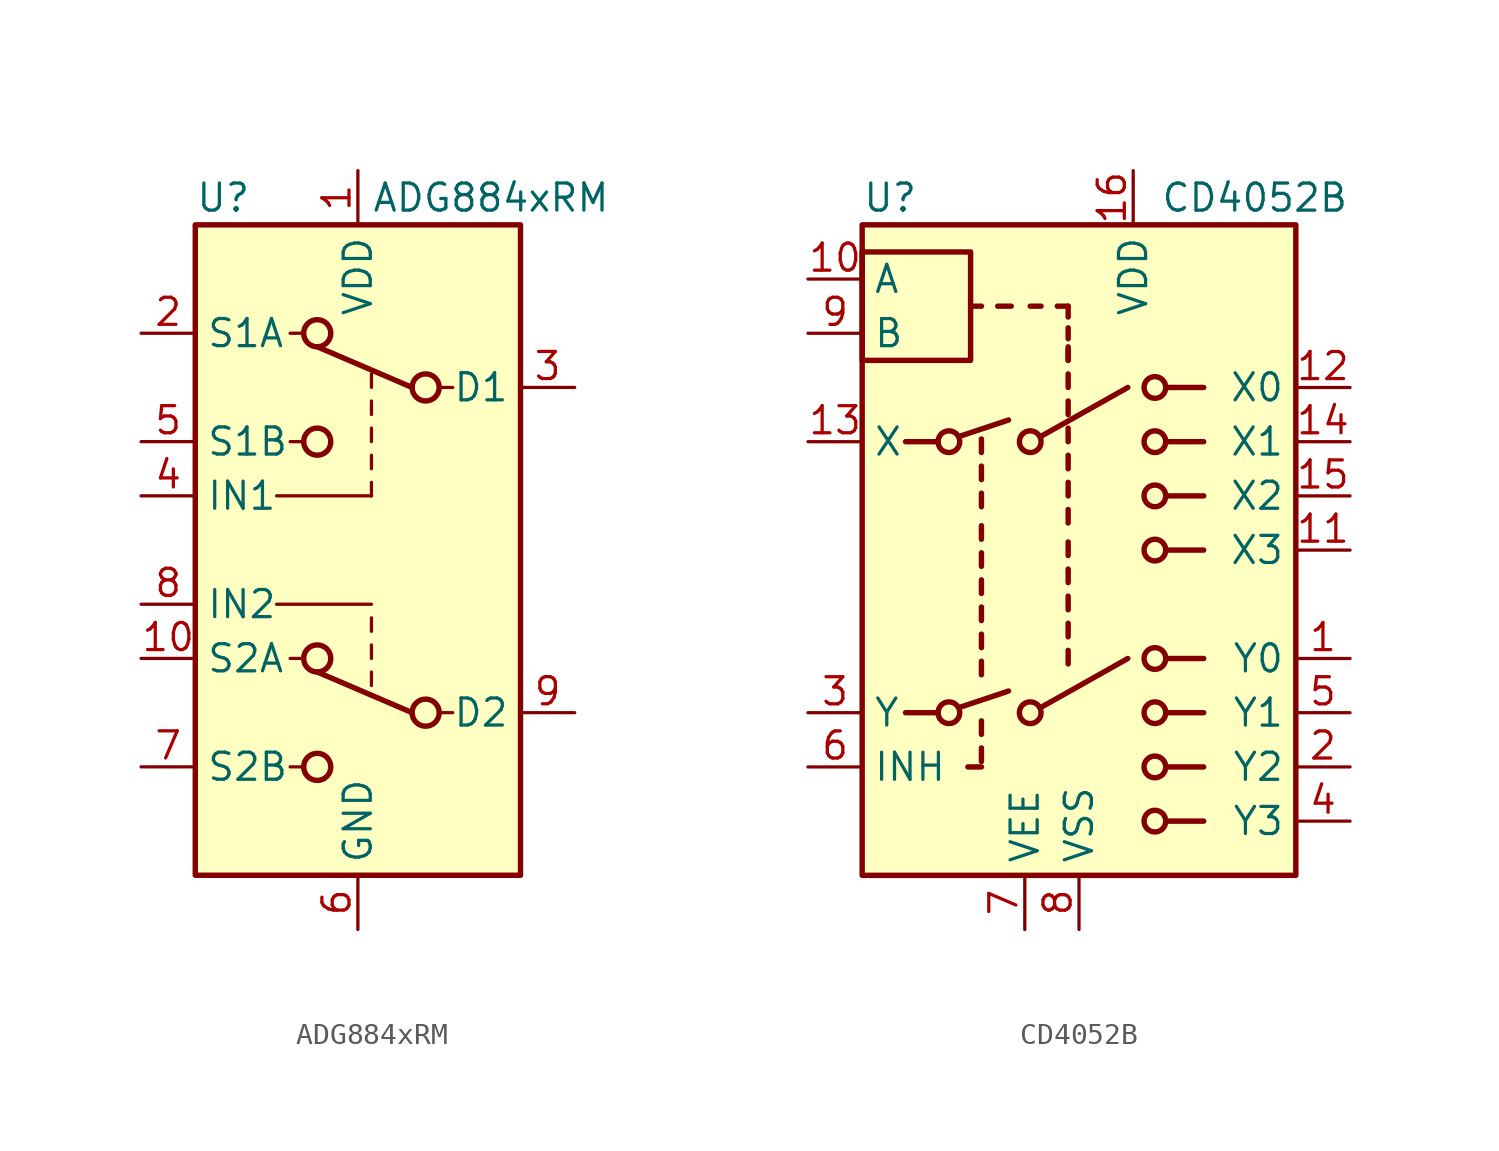
<source format=kicad_sym>
(kicad_symbol_lib
  (version 20211014)
  (generator kicad_symbol_editor)
  (symbol "ADG884xRM"
    (property "Reference" "U"
      (at -7.62 16.51 0)
      (effects (font (size 1.27 1.27)) (justify left)))
    (property "Value" "ADG884xRM"
      (at 0.635 16.51 0)
      (effects (font (size 1.27 1.27)) (justify left)))
    (symbol "ADG884xRM_0_1"
      (rectangle (start -7.62 15.24) (end 7.62 -15.24) (stroke (width 0.254) (type default) (color 0 0 0 0)) (fill (type background)))
      (circle (center -1.905 -10.16) (radius 0.635) (stroke (width 0.254) (type default) (color 0 0 0 0)) (fill (type none)))
      (circle (center -1.905 -5.08) (radius 0.635) (stroke (width 0.254) (type default) (color 0 0 0 0)) (fill (type none)))
      (circle (center -1.905 5.08) (radius 0.635) (stroke (width 0.254) (type default) (color 0 0 0 0)) (fill (type none)))
      (circle (center -1.905 10.16) (radius 0.635) (stroke (width 0.254) (type default) (color 0 0 0 0)) (fill (type none)))
      (polyline (pts (xy -3.81 -2.54) (xy 0.635 -2.54)) (stroke (width 0) (type default) (color 0 0 0 0)) (fill (type none)))
      (polyline (pts (xy -3.81 2.54) (xy 0.635 2.54)) (stroke (width 0) (type default) (color 0 0 0 0)) (fill (type none)))
      (polyline (pts (xy -3.175 -10.16) (xy -2.54 -10.16)) (stroke (width 0) (type default) (color 0 0 0 0)) (fill (type none)))
      (polyline (pts (xy -3.175 -5.08) (xy -2.54 -5.08)) (stroke (width 0) (type default) (color 0 0 0 0)) (fill (type none)))
      (polyline (pts (xy -3.175 5.08) (xy -2.54 5.08)) (stroke (width 0) (type default) (color 0 0 0 0)) (fill (type none)))
      (polyline (pts (xy -3.175 10.16) (xy -2.54 10.16)) (stroke (width 0) (type default) (color 0 0 0 0)) (fill (type none)))
      (polyline (pts (xy -1.905 9.525) (xy 2.54 7.62)) (stroke (width 0.254) (type default) (color 0 0 0 0)) (fill (type none)))
      (polyline (pts (xy 0.635 -5.715) (xy 0.635 -6.35)) (stroke (width 0) (type default) (color 0 0 0 0)) (fill (type none)))
      (polyline (pts (xy 0.635 -4.445) (xy 0.635 -5.08)) (stroke (width 0) (type default) (color 0 0 0 0)) (fill (type none)))
      (polyline (pts (xy 0.635 -3.175) (xy 0.635 -3.81)) (stroke (width 0) (type default) (color 0 0 0 0)) (fill (type none)))
      (polyline (pts (xy 0.635 3.175) (xy 0.635 2.54)) (stroke (width 0) (type default) (color 0 0 0 0)) (fill (type none)))
      (polyline (pts (xy 0.635 4.445) (xy 0.635 3.81)) (stroke (width 0) (type default) (color 0 0 0 0)) (fill (type none)))
      (polyline (pts (xy 0.635 5.715) (xy 0.635 5.08)) (stroke (width 0) (type default) (color 0 0 0 0)) (fill (type none)))
      (polyline (pts (xy 0.635 6.985) (xy 0.635 6.35)) (stroke (width 0) (type default) (color 0 0 0 0)) (fill (type none)))
      (polyline (pts (xy 0.635 8.255) (xy 0.635 7.62)) (stroke (width 0) (type default) (color 0 0 0 0)) (fill (type none)))
      (polyline (pts (xy 2.54 -7.62) (xy -1.905 -5.715)) (stroke (width 0.254) (type default) (color 0 0 0 0)) (fill (type none)))
      (polyline (pts (xy 4.445 -7.62) (xy 3.81 -7.62)) (stroke (width 0) (type default) (color 0 0 0 0)) (fill (type none)))
      (polyline (pts (xy 4.445 7.62) (xy 3.81 7.62)) (stroke (width 0) (type default) (color 0 0 0 0)) (fill (type none)))
      (circle (center 3.175 -7.62) (radius 0.635) (stroke (width 0.254) (type default) (color 0 0 0 0)) (fill (type none)))
      (circle (center 3.175 7.62) (radius 0.635) (stroke (width 0.254) (type default) (color 0 0 0 0)) (fill (type none))))
    (symbol "ADG884xRM_1_1"
      (pin power_in line (at 0 17.78 270) (length 2.54) (name "VDD" (effects (font (size 1.27 1.27)))) (number "1" (effects (font (size 1.27 1.27)))))
      (pin bidirectional line (at -10.16 -5.08 0) (length 2.54) (name "S2A" (effects (font (size 1.27 1.27)))) (number "10" (effects (font (size 1.27 1.27)))))
      (pin bidirectional line (at -10.16 10.16 0) (length 2.54) (name "S1A" (effects (font (size 1.27 1.27)))) (number "2" (effects (font (size 1.27 1.27)))))
      (pin bidirectional line (at 10.16 7.62 180) (length 2.54) (name "D1" (effects (font (size 1.27 1.27)))) (number "3" (effects (font (size 1.27 1.27)))))
      (pin input line (at -10.16 2.54 0) (length 2.54) (name "IN1" (effects (font (size 1.27 1.27)))) (number "4" (effects (font (size 1.27 1.27)))))
      (pin bidirectional line (at -10.16 5.08 0) (length 2.54) (name "S1B" (effects (font (size 1.27 1.27)))) (number "5" (effects (font (size 1.27 1.27)))))
      (pin power_in line (at 0 -17.78 90) (length 2.54) (name "GND" (effects (font (size 1.27 1.27)))) (number "6" (effects (font (size 1.27 1.27)))))
      (pin bidirectional line (at -10.16 -10.16 0) (length 2.54) (name "S2B" (effects (font (size 1.27 1.27)))) (number "7" (effects (font (size 1.27 1.27)))))
      (pin input line (at -10.16 -2.54 0) (length 2.54) (name "IN2" (effects (font (size 1.27 1.27)))) (number "8" (effects (font (size 1.27 1.27)))))
      (pin bidirectional line (at 10.16 -7.62 180) (length 2.54) (name "D2" (effects (font (size 1.27 1.27)))) (number "9" (effects (font (size 1.27 1.27)))))))
  (symbol "CD4052B"
    (property "Reference" "U"
      (at -10.16 16.51 0)
      (effects (font (size 1.27 1.27)) (justify left)))
    (property "Value" "CD4052B"
      (at 3.81 16.51 0)
      (effects (font (size 1.27 1.27)) (justify left)))
    (symbol "CD4052B_0_1"
      (rectangle (start -10.16 8.89) (end -5.08 13.97) (stroke (width 0.254) (type default) (color 0 0 0 0)) (fill (type none)))
      (rectangle (start -10.16 15.24) (end 10.16 -15.24) (stroke (width 0.254) (type default) (color 0 0 0 0)) (fill (type background)))
      (circle (center -6.096 -7.62) (radius 0.508) (stroke (width 0.254) (type default) (color 0 0 0 0)) (fill (type none)))
      (circle (center -6.096 5.08) (radius 0.508) (stroke (width 0.254) (type default) (color 0 0 0 0)) (fill (type none)))
      (circle (center -2.286 -7.62) (radius 0.508) (stroke (width 0.254) (type default) (color 0 0 0 0)) (fill (type none)))
      (circle (center -2.286 5.08) (radius 0.508) (stroke (width 0.254) (type default) (color 0 0 0 0)) (fill (type none)))
      (polyline (pts (xy -8.128 -7.62) (xy -6.604 -7.62)) (stroke (width 0.254) (type default) (color 0 0 0 0)) (fill (type none)))
      (polyline (pts (xy -8.128 5.08) (xy -6.604 5.08)) (stroke (width 0.254) (type default) (color 0 0 0 0)) (fill (type none)))
      (polyline (pts (xy -5.588 -7.366) (xy -3.302 -6.604)) (stroke (width 0.254) (type default) (color 0 0 0 0)) (fill (type none)))
      (polyline (pts (xy -5.588 5.334) (xy -3.302 6.096)) (stroke (width 0.254) (type default) (color 0 0 0 0)) (fill (type none)))
      (polyline (pts (xy -4.572 -10.16) (xy -5.207 -10.16)) (stroke (width 0.254) (type default) (color 0 0 0 0)) (fill (type none)))
      (polyline (pts (xy -4.572 -9.906) (xy -4.572 -9.271)) (stroke (width 0.254) (type default) (color 0 0 0 0)) (fill (type none)))
      (polyline (pts (xy -4.572 -8.636) (xy -4.572 -8.001)) (stroke (width 0.254) (type default) (color 0 0 0 0)) (fill (type none)))
      (polyline (pts (xy -4.572 -5.842) (xy -4.572 -5.207)) (stroke (width 0.254) (type default) (color 0 0 0 0)) (fill (type none)))
      (polyline (pts (xy -4.572 -4.572) (xy -4.572 -3.937)) (stroke (width 0.254) (type default) (color 0 0 0 0)) (fill (type none)))
      (polyline (pts (xy -4.572 -3.302) (xy -4.572 -2.667)) (stroke (width 0.254) (type default) (color 0 0 0 0)) (fill (type none)))
      (polyline (pts (xy -4.572 -2.032) (xy -4.572 -1.397)) (stroke (width 0.254) (type default) (color 0 0 0 0)) (fill (type none)))
      (polyline (pts (xy -4.572 -0.762) (xy -4.572 -0.127)) (stroke (width 0.254) (type default) (color 0 0 0 0)) (fill (type none)))
      (polyline (pts (xy -4.572 0.508) (xy -4.572 1.143)) (stroke (width 0.254) (type default) (color 0 0 0 0)) (fill (type none)))
      (polyline (pts (xy -4.572 2.032) (xy -4.572 2.667)) (stroke (width 0.254) (type default) (color 0 0 0 0)) (fill (type none)))
      (polyline (pts (xy -4.572 3.302) (xy -4.572 3.937)) (stroke (width 0.254) (type default) (color 0 0 0 0)) (fill (type none)))
      (polyline (pts (xy -4.572 4.572) (xy -4.572 5.207)) (stroke (width 0.254) (type default) (color 0 0 0 0)) (fill (type none)))
      (polyline (pts (xy -4.572 11.43) (xy -5.08 11.43)) (stroke (width 0.254) (type default) (color 0 0 0 0)) (fill (type none)))
      (polyline (pts (xy -3.81 11.43) (xy -3.175 11.43)) (stroke (width 0.254) (type default) (color 0 0 0 0)) (fill (type none)))
      (polyline (pts (xy -1.778 -7.366) (xy 2.286 -5.08)) (stroke (width 0.254) (type default) (color 0 0 0 0)) (fill (type none)))
      (polyline (pts (xy -1.778 5.334) (xy 2.286 7.62)) (stroke (width 0.254) (type default) (color 0 0 0 0)) (fill (type none)))
      (polyline (pts (xy -1.778 11.43) (xy -2.286 11.43)) (stroke (width 0.254) (type default) (color 0 0 0 0)) (fill (type none)))
      (polyline (pts (xy -0.508 -5.334) (xy -0.508 -4.699)) (stroke (width 0.254) (type default) (color 0 0 0 0)) (fill (type none)))
      (polyline (pts (xy -0.508 -4.064) (xy -0.508 -3.429)) (stroke (width 0.254) (type default) (color 0 0 0 0)) (fill (type none)))
      (polyline (pts (xy -0.508 -2.794) (xy -0.508 -2.159)) (stroke (width 0.254) (type default) (color 0 0 0 0)) (fill (type none)))
      (polyline (pts (xy -0.508 -1.524) (xy -0.508 -0.889)) (stroke (width 0.254) (type default) (color 0 0 0 0)) (fill (type none)))
      (polyline (pts (xy -0.508 -0.254) (xy -0.508 0.381)) (stroke (width 0.254) (type default) (color 0 0 0 0)) (fill (type none)))
      (polyline (pts (xy -0.508 1.27) (xy -0.508 1.905)) (stroke (width 0.254) (type default) (color 0 0 0 0)) (fill (type none)))
      (polyline (pts (xy -0.508 2.54) (xy -0.508 3.175)) (stroke (width 0.254) (type default) (color 0 0 0 0)) (fill (type none)))
      (polyline (pts (xy -0.508 3.81) (xy -0.508 4.445)) (stroke (width 0.254) (type default) (color 0 0 0 0)) (fill (type none)))
      (polyline (pts (xy -0.508 5.08) (xy -0.508 5.715)) (stroke (width 0.254) (type default) (color 0 0 0 0)) (fill (type none)))
      (polyline (pts (xy -0.508 6.35) (xy -0.508 6.985)) (stroke (width 0.254) (type default) (color 0 0 0 0)) (fill (type none)))
      (polyline (pts (xy -0.508 7.62) (xy -0.508 8.255)) (stroke (width 0.254) (type default) (color 0 0 0 0)) (fill (type none)))
      (polyline (pts (xy -0.508 8.89) (xy -0.508 9.398)) (stroke (width 0.254) (type default) (color 0 0 0 0)) (fill (type none)))
      (polyline (pts (xy -0.508 8.89) (xy -0.508 9.525)) (stroke (width 0.254) (type default) (color 0 0 0 0)) (fill (type none)))
      (polyline (pts (xy -0.508 9.906) (xy -0.508 10.414)) (stroke (width 0.254) (type default) (color 0 0 0 0)) (fill (type none)))
      (polyline (pts (xy -0.508 10.922) (xy -0.508 11.43)) (stroke (width 0.254) (type default) (color 0 0 0 0)) (fill (type none)))
      (polyline (pts (xy -0.508 11.43) (xy -1.016 11.43)) (stroke (width 0.254) (type default) (color 0 0 0 0)) (fill (type none)))
      (polyline (pts (xy 4.064 -12.7) (xy 5.842 -12.7)) (stroke (width 0.254) (type default) (color 0 0 0 0)) (fill (type none)))
      (polyline (pts (xy 4.064 -10.16) (xy 5.842 -10.16)) (stroke (width 0.254) (type default) (color 0 0 0 0)) (fill (type none)))
      (polyline (pts (xy 4.064 -7.62) (xy 5.842 -7.62)) (stroke (width 0.254) (type default) (color 0 0 0 0)) (fill (type none)))
      (polyline (pts (xy 4.064 -5.08) (xy 5.842 -5.08)) (stroke (width 0.254) (type default) (color 0 0 0 0)) (fill (type none)))
      (polyline (pts (xy 4.064 0) (xy 5.842 0)) (stroke (width 0.254) (type default) (color 0 0 0 0)) (fill (type none)))
      (polyline (pts (xy 4.064 2.54) (xy 5.842 2.54)) (stroke (width 0.254) (type default) (color 0 0 0 0)) (fill (type none)))
      (polyline (pts (xy 4.064 5.08) (xy 5.842 5.08)) (stroke (width 0.254) (type default) (color 0 0 0 0)) (fill (type none)))
      (polyline (pts (xy 4.064 7.62) (xy 5.842 7.62)) (stroke (width 0.254) (type default) (color 0 0 0 0)) (fill (type none)))
      (circle (center 3.556 -12.7) (radius 0.508) (stroke (width 0.254) (type default) (color 0 0 0 0)) (fill (type none)))
      (circle (center 3.556 -10.16) (radius 0.508) (stroke (width 0.254) (type default) (color 0 0 0 0)) (fill (type none)))
      (circle (center 3.556 -7.62) (radius 0.508) (stroke (width 0.254) (type default) (color 0 0 0 0)) (fill (type none)))
      (circle (center 3.556 -5.08) (radius 0.508) (stroke (width 0.254) (type default) (color 0 0 0 0)) (fill (type none)))
      (circle (center 3.556 0) (radius 0.508) (stroke (width 0.254) (type default) (color 0 0 0 0)) (fill (type none)))
      (circle (center 3.556 2.54) (radius 0.508) (stroke (width 0.254) (type default) (color 0 0 0 0)) (fill (type none)))
      (circle (center 3.556 5.08) (radius 0.508) (stroke (width 0.254) (type default) (color 0 0 0 0)) (fill (type none)))
      (circle (center 3.556 7.62) (radius 0.508) (stroke (width 0.254) (type default) (color 0 0 0 0)) (fill (type none))))
    (symbol "CD4052B_1_1"
      (pin bidirectional line (at 12.7 -5.08 180) (length 2.54) (name "Y0" (effects (font (size 1.27 1.27)))) (number "1" (effects (font (size 1.27 1.27)))))
      (pin input line (at -12.7 12.7 0) (length 2.54) (name "A" (effects (font (size 1.27 1.27)))) (number "10" (effects (font (size 1.27 1.27)))))
      (pin bidirectional line (at 12.7 0 180) (length 2.54) (name "X3" (effects (font (size 1.27 1.27)))) (number "11" (effects (font (size 1.27 1.27)))))
      (pin bidirectional line (at 12.7 7.62 180) (length 2.54) (name "X0" (effects (font (size 1.27 1.27)))) (number "12" (effects (font (size 1.27 1.27)))))
      (pin bidirectional line (at -12.7 5.08 0) (length 2.54) (name "X" (effects (font (size 1.27 1.27)))) (number "13" (effects (font (size 1.27 1.27)))))
      (pin bidirectional line (at 12.7 5.08 180) (length 2.54) (name "X1" (effects (font (size 1.27 1.27)))) (number "14" (effects (font (size 1.27 1.27)))))
      (pin bidirectional line (at 12.7 2.54 180) (length 2.54) (name "X2" (effects (font (size 1.27 1.27)))) (number "15" (effects (font (size 1.27 1.27)))))
      (pin power_in line (at 2.54 17.78 270) (length 2.54) (name "VDD" (effects (font (size 1.27 1.27)))) (number "16" (effects (font (size 1.27 1.27)))))
      (pin bidirectional line (at 12.7 -10.16 180) (length 2.54) (name "Y2" (effects (font (size 1.27 1.27)))) (number "2" (effects (font (size 1.27 1.27)))))
      (pin bidirectional line (at -12.7 -7.62 0) (length 2.54) (name "Y" (effects (font (size 1.27 1.27)))) (number "3" (effects (font (size 1.27 1.27)))))
      (pin bidirectional line (at 12.7 -12.7 180) (length 2.54) (name "Y3" (effects (font (size 1.27 1.27)))) (number "4" (effects (font (size 1.27 1.27)))))
      (pin bidirectional line (at 12.7 -7.62 180) (length 2.54) (name "Y1" (effects (font (size 1.27 1.27)))) (number "5" (effects (font (size 1.27 1.27)))))
      (pin input line (at -12.7 -10.16 0) (length 2.54) (name "INH" (effects (font (size 1.27 1.27)))) (number "6" (effects (font (size 1.27 1.27)))))
      (pin power_in line (at -2.54 -17.78 90) (length 2.54) (name "VEE" (effects (font (size 1.27 1.27)))) (number "7" (effects (font (size 1.27 1.27)))))
      (pin power_in line (at 0 -17.78 90) (length 2.54) (name "VSS" (effects (font (size 1.27 1.27)))) (number "8" (effects (font (size 1.27 1.27)))))
      (pin input line (at -12.7 10.16 0) (length 2.54) (name "B" (effects (font (size 1.27 1.27)))) (number "9" (effects (font (size 1.27 1.27))))))))
</source>
